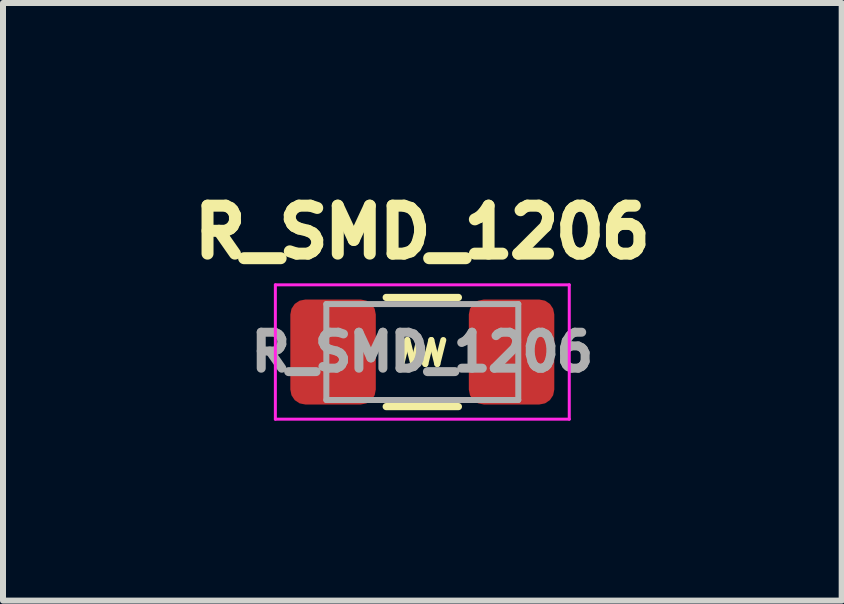
<source format=kicad_pcb>
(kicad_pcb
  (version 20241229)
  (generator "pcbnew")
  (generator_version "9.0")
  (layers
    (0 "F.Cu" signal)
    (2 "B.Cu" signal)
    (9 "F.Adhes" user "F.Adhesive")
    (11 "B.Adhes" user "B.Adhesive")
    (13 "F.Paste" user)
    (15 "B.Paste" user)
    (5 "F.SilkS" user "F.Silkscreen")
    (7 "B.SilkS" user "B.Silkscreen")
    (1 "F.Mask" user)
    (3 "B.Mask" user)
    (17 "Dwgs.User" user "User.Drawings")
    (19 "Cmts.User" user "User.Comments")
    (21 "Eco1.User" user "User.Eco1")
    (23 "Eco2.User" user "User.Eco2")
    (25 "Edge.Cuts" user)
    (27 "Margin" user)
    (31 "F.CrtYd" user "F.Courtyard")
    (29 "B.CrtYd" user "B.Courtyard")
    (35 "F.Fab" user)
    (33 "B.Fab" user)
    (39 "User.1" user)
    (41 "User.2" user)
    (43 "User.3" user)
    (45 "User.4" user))
  (footprint "R_SMD_1206"
    (layer "F.Cu")
    (at 3.991 2.819)
    (property "Reference" "R_SMD_1206" (at 0 -2 0) (layer "F.SilkS") (effects (font (size 0.8 0.8) (thickness 0.2))))
    (attr smd)
    (fp_line (start -0.602 -0.91) (end 0.602 -0.91) (stroke (width 0.12) (type solid)) (layer "F.SilkS"))
    (fp_line (start -0.602 0.91) (end 0.602 0.91) (stroke (width 0.12) (type solid)) (layer "F.SilkS"))
    (fp_line (start -0.35 0.2) (end -0.25 -0.2) (stroke (width 0.1) (type solid)) (layer "F.SilkS"))
    (fp_line (start -0.25 -0.2) (end -0.15 0.2) (stroke (width 0.1) (type solid)) (layer "F.SilkS"))
    (fp_line (start -0.15 0.2) (end -0.05 -0.2) (stroke (width 0.1) (type solid)) (layer "F.SilkS"))
    (fp_line (start -0.05 -0.2) (end 0.05 0.2) (stroke (width 0.1) (type solid)) (layer "F.SilkS"))
    (fp_line (start 0.05 0.2) (end 0.15 -0.2) (stroke (width 0.1) (type solid)) (layer "F.SilkS"))
    (fp_line (start 0.15 -0.2) (end 0.25 0.2) (stroke (width 0.1) (type solid)) (layer "F.SilkS"))
    (fp_line (start 0.25 0.2) (end 0.35 -0.2) (stroke (width 0.1) (type solid)) (layer "F.SilkS"))
    (fp_line (start -2.45 -1.12) (end 2.45 -1.12) (stroke (width 0.05) (type solid)) (layer "F.CrtYd"))
    (fp_line (start -2.45 1.12) (end -2.45 -1.12) (stroke (width 0.05) (type solid)) (layer "F.CrtYd"))
    (fp_line (start 2.45 -1.12) (end 2.45 1.12) (stroke (width 0.05) (type solid)) (layer "F.CrtYd"))
    (fp_line (start 2.45 1.12) (end -2.45 1.12) (stroke (width 0.05) (type solid)) (layer "F.CrtYd"))
    (fp_line (start -1.6 -0.8) (end 1.6 -0.8) (stroke (width 0.1) (type solid)) (layer "F.Fab"))
    (fp_line (start -1.6 0.8) (end -1.6 -0.8) (stroke (width 0.1) (type solid)) (layer "F.Fab"))
    (fp_line (start 1.6 -0.8) (end 1.6 0.8) (stroke (width 0.1) (type solid)) (layer "F.Fab"))
    (fp_line (start 1.6 0.8) (end -1.6 0.8) (stroke (width 0.1) (type solid)) (layer "F.Fab"))
    (fp_text user "${REFERENCE}" (at 0 0 0) (layer "F.Fab") (effects (font (size 0.6 0.6) (thickness 0.15))))
    (pad "1" smd roundrect (at -1.488 0) (size 1.425 1.75) (layers "F.Cu" "F.Mask" "F.Paste") (roundrect_rratio 0.175))
    (pad "2" smd roundrect (at 1.488 0) (size 1.425 1.75) (layers "F.Cu" "F.Mask" "F.Paste") (roundrect_rratio 0.175)))
  (gr_rect
    (start -3 -3)
    (end 10.983 6.964)
    (stroke (width 0.1) (type default))
    (fill no)
    (layer "Edge.Cuts")))
</source>
